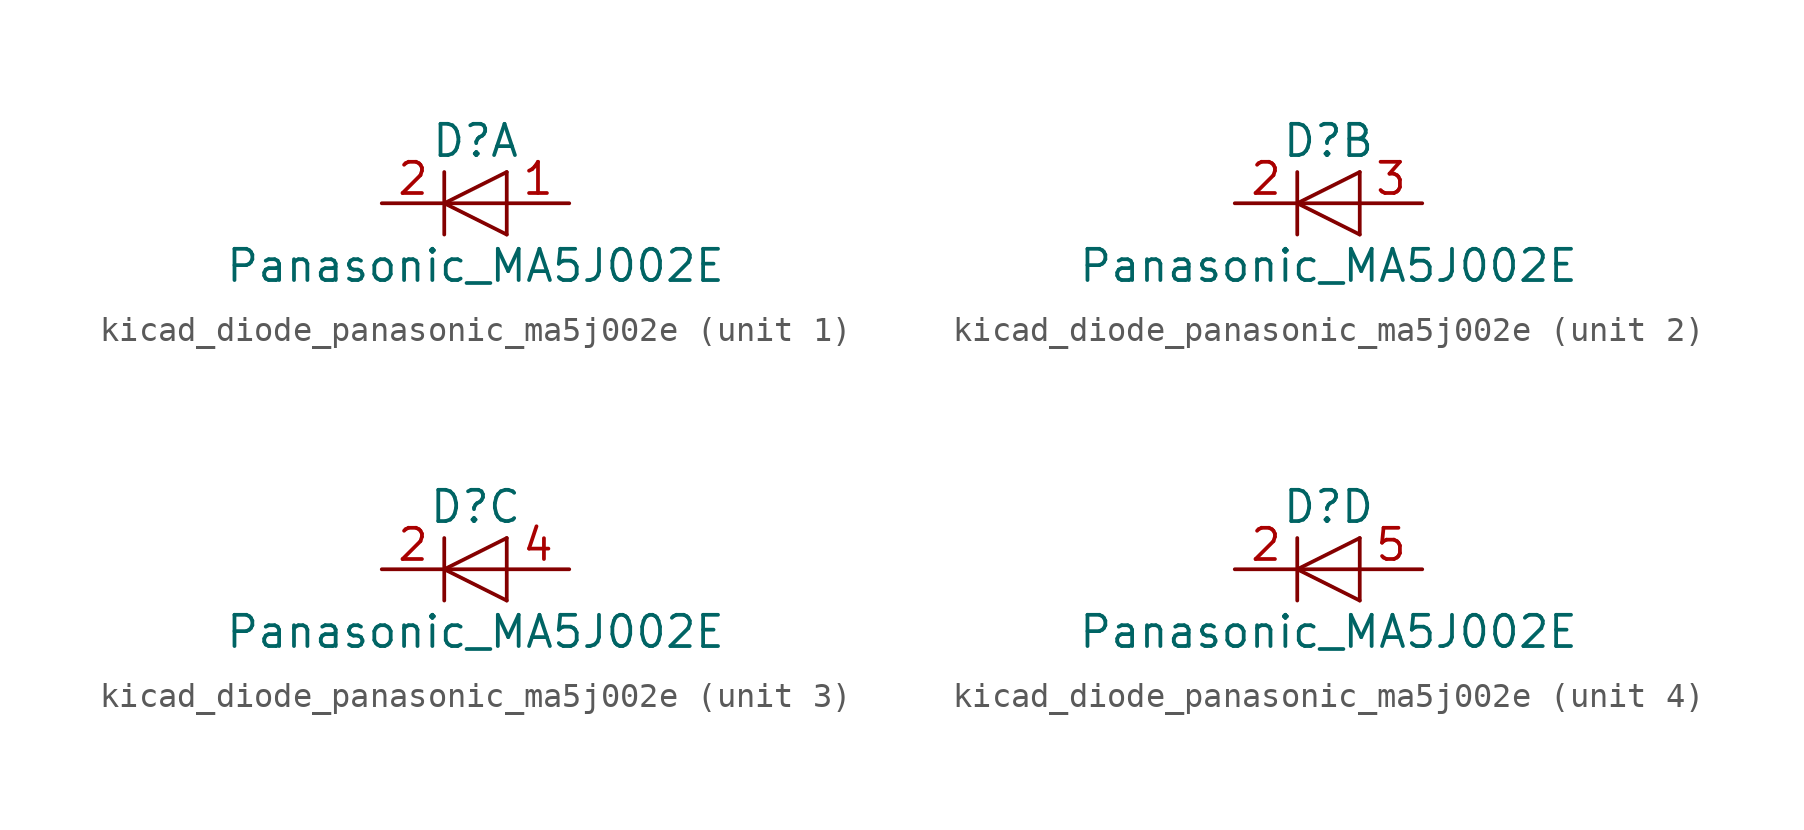
<source format=kicad_sym>
(kicad_symbol_lib
  (version 20220914)
  (generator kicad_symbol_editor)
  (symbol "kicad_diode_panasonic_ma5j002e"
    (pin_names
      (offset 1.016) hide)
    (property "Reference" "D"
      (at 0 2.54 0)
      (effects (font (size 1.27 1.27))))
    (property "Value" "Panasonic_MA5J002E"
      (at 0 -2.54 0)
      (effects (font (size 1.27 1.27))))
    (symbol "kicad_diode_panasonic_ma5j002e_0_1"
      (polyline (pts (xy -1.27 1.27) (xy -1.27 -1.27)) (stroke (width 0.152) (type default)) (fill (type none)))
      (polyline (pts (xy 1.27 -1.27) (xy 1.27 1.27)) (stroke (width 0) (type default)) (fill (type none)))
      (polyline (pts (xy 1.27 0) (xy -1.27 0)) (stroke (width 0) (type default)) (fill (type none)))
      (polyline (pts (xy 1.27 1.27) (xy -1.27 0) (xy 1.27 -1.27)) (stroke (width 0) (type default)) (fill (type none))))
    (symbol "kicad_diode_panasonic_ma5j002e_1_1"
      (pin passive line (at 3.81 0 180) (length 2.54) (name "A" (effects (font (size 1.27 1.27)))) (number "1" (effects (font (size 1.27 1.27)))))
      (pin passive line (at -3.81 0 0) (length 2.54) (name "K" (effects (font (size 1.27 1.27)))) (number "2" (effects (font (size 1.27 1.27))))))
    (symbol "kicad_diode_panasonic_ma5j002e_2_1"
      (pin passive line (at -3.81 0 0) (length 2.54) (name "K" (effects (font (size 1.27 1.27)))) (number "2" (effects (font (size 1.27 1.27)))))
      (pin passive line (at 3.81 0 180) (length 2.54) (name "A" (effects (font (size 1.27 1.27)))) (number "3" (effects (font (size 1.27 1.27))))))
    (symbol "kicad_diode_panasonic_ma5j002e_3_1"
      (pin passive line (at -3.81 0 0) (length 2.54) (name "K" (effects (font (size 1.27 1.27)))) (number "2" (effects (font (size 1.27 1.27)))))
      (pin passive line (at 3.81 0 180) (length 2.54) (name "A" (effects (font (size 1.27 1.27)))) (number "4" (effects (font (size 1.27 1.27))))))
    (symbol "kicad_diode_panasonic_ma5j002e_4_1"
      (pin passive line (at -3.81 0 0) (length 2.54) (name "K" (effects (font (size 1.27 1.27)))) (number "2" (effects (font (size 1.27 1.27)))))
      (pin passive line (at 3.81 0 180) (length 2.54) (name "A" (effects (font (size 1.27 1.27)))) (number "5" (effects (font (size 1.27 1.27))))))))
</source>
